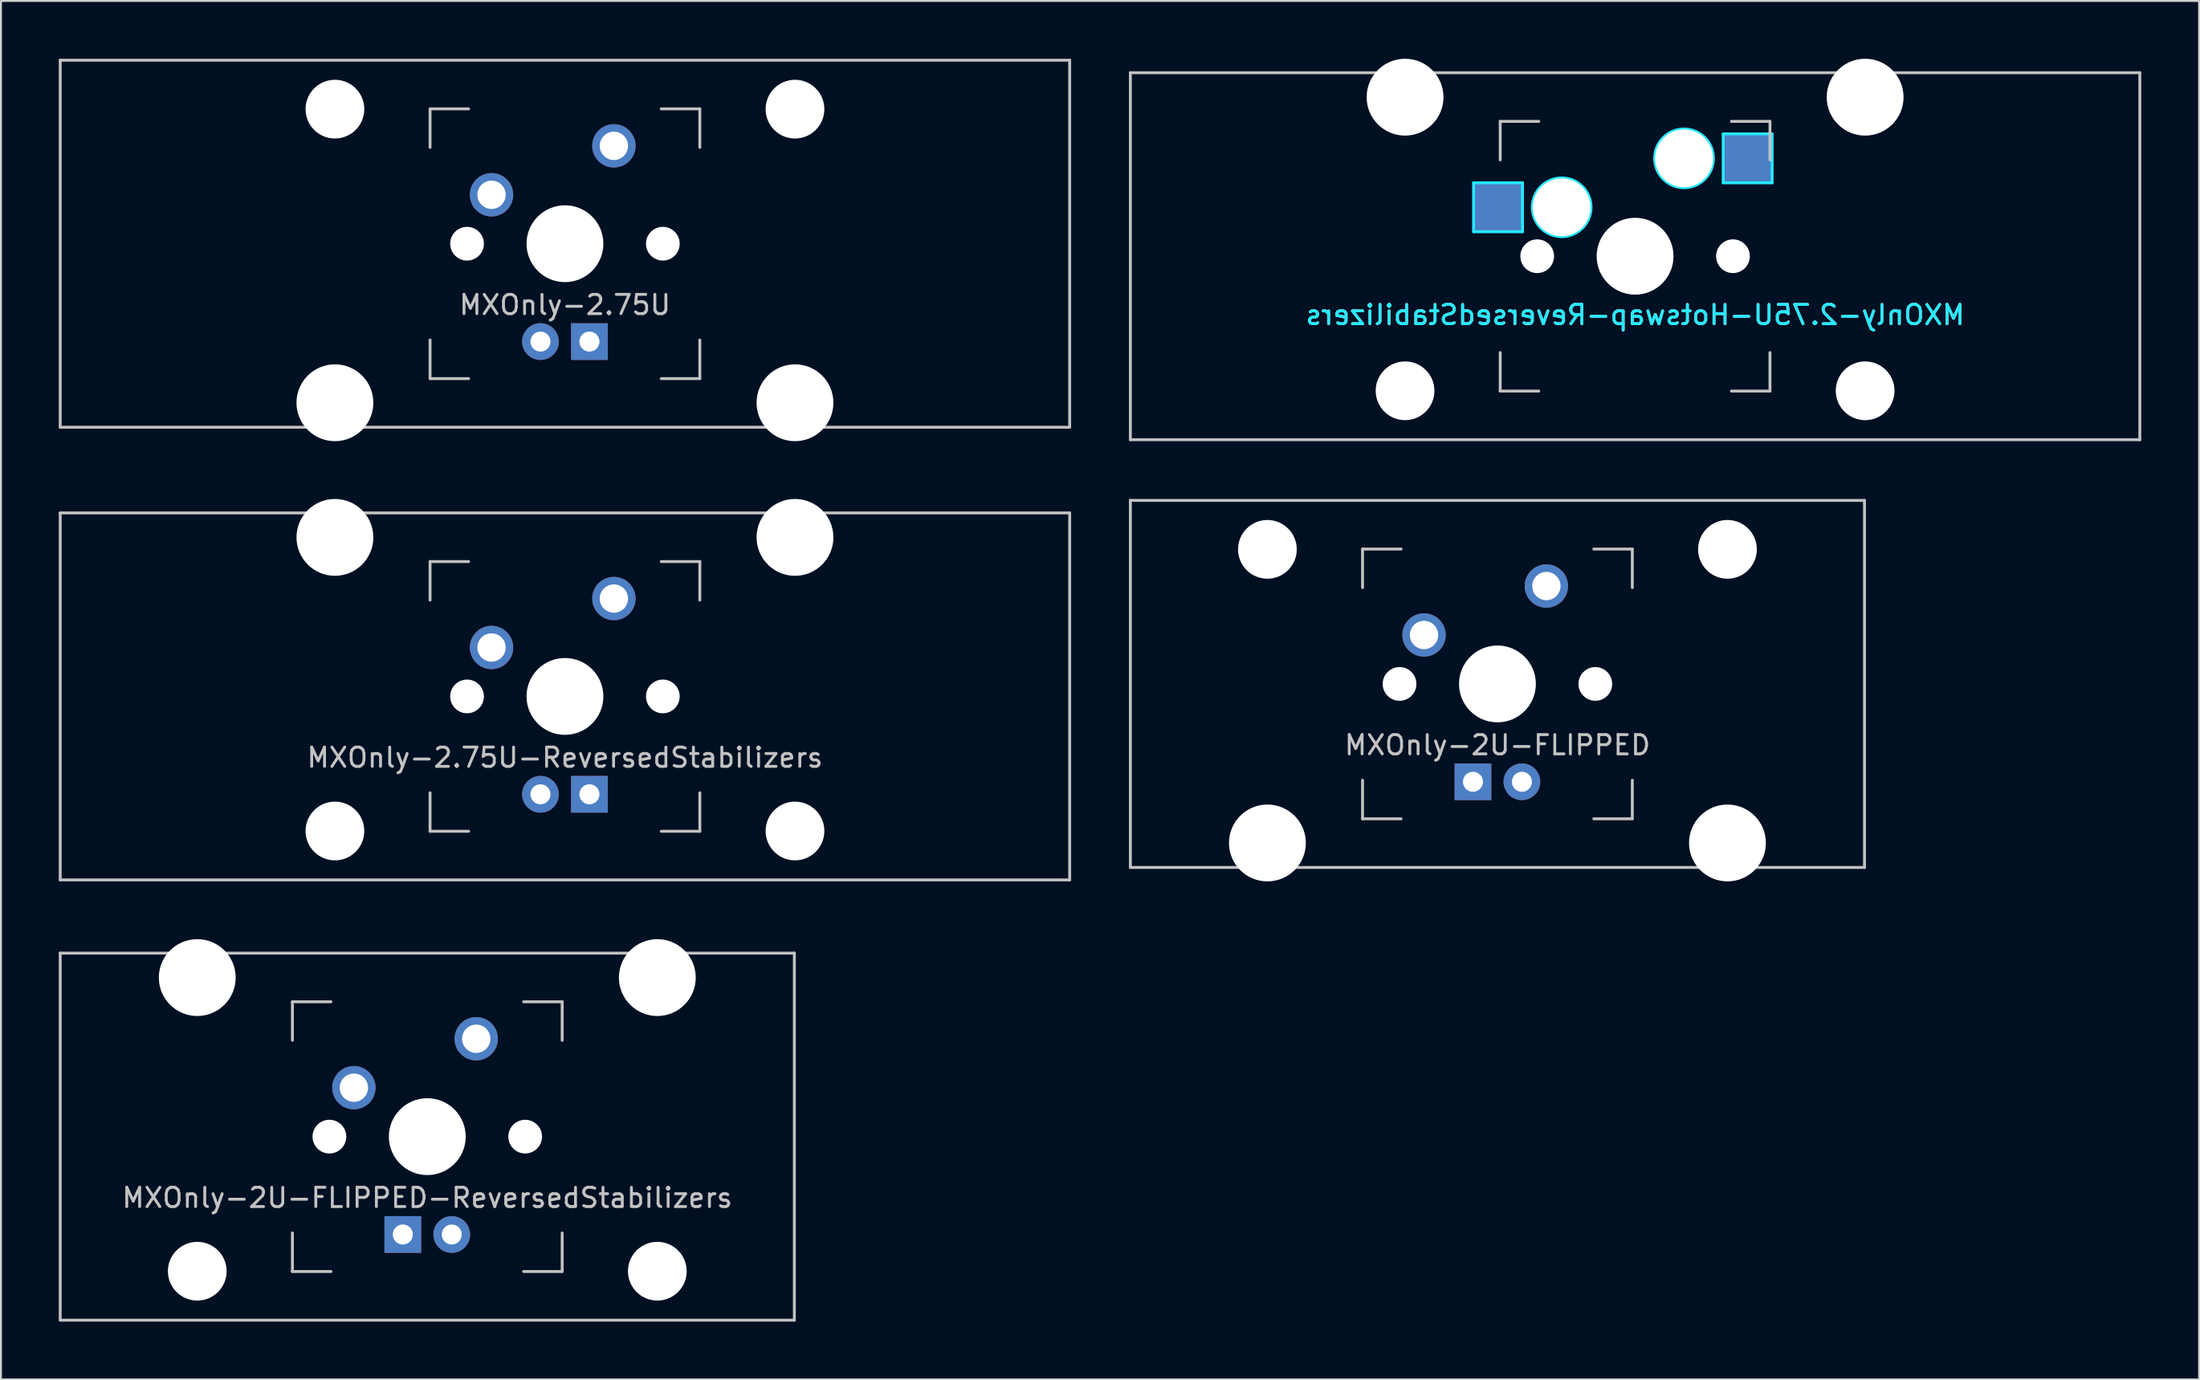
<source format=kicad_pcb>
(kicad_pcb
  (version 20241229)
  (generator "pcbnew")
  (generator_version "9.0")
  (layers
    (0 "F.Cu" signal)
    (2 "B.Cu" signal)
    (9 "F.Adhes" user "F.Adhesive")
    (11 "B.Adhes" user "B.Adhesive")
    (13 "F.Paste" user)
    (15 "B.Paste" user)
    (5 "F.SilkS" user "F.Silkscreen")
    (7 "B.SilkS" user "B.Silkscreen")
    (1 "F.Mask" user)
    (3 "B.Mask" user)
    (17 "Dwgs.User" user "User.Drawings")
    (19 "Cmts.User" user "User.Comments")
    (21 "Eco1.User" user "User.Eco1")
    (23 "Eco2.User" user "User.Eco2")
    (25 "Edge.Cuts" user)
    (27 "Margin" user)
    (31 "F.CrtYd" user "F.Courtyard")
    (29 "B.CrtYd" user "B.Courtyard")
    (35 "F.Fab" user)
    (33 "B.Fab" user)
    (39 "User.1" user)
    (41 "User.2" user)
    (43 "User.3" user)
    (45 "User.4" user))
  (footprint "MXOnly-2U-FLIPPED"
    (layer "F.Cu")
    (at 74.662 32.449)
    (property "Reference" "MXOnly-2U-FLIPPED" (at 0 3.175 0) (layer "Dwgs.User") (effects (font (size 1 1) (thickness 0.15))))
    (attr through_hole)
    (fp_line (start -19.05 -9.525) (end 19.05 -9.525) (stroke (width 0.15) (type solid)) (layer "Dwgs.User"))
    (fp_line (start -19.05 9.525) (end -19.05 -9.525) (stroke (width 0.15) (type solid)) (layer "Dwgs.User"))
    (fp_line (start -19.05 9.525) (end 19.05 9.525) (stroke (width 0.15) (type solid)) (layer "Dwgs.User"))
    (fp_line (start -7 -7) (end -7 -5) (stroke (width 0.15) (type solid)) (layer "Dwgs.User"))
    (fp_line (start -7 5) (end -7 7) (stroke (width 0.15) (type solid)) (layer "Dwgs.User"))
    (fp_line (start -7 7) (end -5 7) (stroke (width 0.15) (type solid)) (layer "Dwgs.User"))
    (fp_line (start -5 -7) (end -7 -7) (stroke (width 0.15) (type solid)) (layer "Dwgs.User"))
    (fp_line (start 5 -7) (end 7 -7) (stroke (width 0.15) (type solid)) (layer "Dwgs.User"))
    (fp_line (start 5 7) (end 7 7) (stroke (width 0.15) (type solid)) (layer "Dwgs.User"))
    (fp_line (start 7 -7) (end 7 -5) (stroke (width 0.15) (type solid)) (layer "Dwgs.User"))
    (fp_line (start 7 7) (end 7 5) (stroke (width 0.15) (type solid)) (layer "Dwgs.User"))
    (fp_line (start 19.05 -9.525) (end 19.05 9.525) (stroke (width 0.15) (type solid)) (layer "Dwgs.User"))
    (pad "" np_thru_hole circle (at -11.938 -6.985) (size 3.048 3.048) (drill 3.048) (layers "*.Cu" "*.Mask"))
    (pad "" np_thru_hole circle (at -11.938 8.255) (size 3.988 3.988) (drill 3.988) (layers "*.Cu" "*.Mask"))
    (pad "" np_thru_hole circle (at -5.08 0 48.1) (size 1.75 1.75) (drill 1.75) (layers "*.Cu" "*.Mask"))
    (pad "" np_thru_hole circle (at 0 0) (size 3.988 3.988) (drill 3.988) (layers "*.Cu" "*.Mask"))
    (pad "" np_thru_hole circle (at 5.08 0 48.1) (size 1.75 1.75) (drill 1.75) (layers "*.Cu" "*.Mask"))
    (pad "" np_thru_hole circle (at 11.938 -6.985) (size 3.048 3.048) (drill 3.048) (layers "*.Cu" "*.Mask"))
    (pad "" np_thru_hole circle (at 11.938 8.255) (size 3.988 3.988) (drill 3.988) (layers "*.Cu" "*.Mask"))
    (pad "1" thru_hole circle (at -3.81 -2.54) (size 2.25 2.25) (drill 1.47) (layers "*.Cu" "B.Mask"))
    (pad "2" thru_hole circle (at 2.54 -5.08) (size 2.25 2.25) (drill 1.47) (layers "*.Cu" "B.Mask"))
    (pad "3" thru_hole circle (at 1.27 5.08) (size 1.905 1.905) (drill 1.04) (layers "*.Cu" "B.Mask"))
    (pad "4" thru_hole rect (at -1.27 5.08) (size 1.905 1.905) (drill 1.04) (layers "*.Cu" "B.Mask")))
  (footprint "MXOnly-2.75U"
    (layer "F.Cu")
    (at 26.269 9.6)
    (property "Reference" "MXOnly-2.75U" (at 0 3.175 0) (layer "Dwgs.User") (effects (font (size 1 1) (thickness 0.15))))
    (attr through_hole)
    (fp_line (start -26.194 -9.525) (end 26.194 -9.525) (stroke (width 0.15) (type solid)) (layer "Dwgs.User"))
    (fp_line (start -26.194 9.525) (end -26.194 -9.525) (stroke (width 0.15) (type solid)) (layer "Dwgs.User"))
    (fp_line (start -26.194 9.525) (end 26.194 9.525) (stroke (width 0.15) (type solid)) (layer "Dwgs.User"))
    (fp_line (start -7 -7) (end -7 -5) (stroke (width 0.15) (type solid)) (layer "Dwgs.User"))
    (fp_line (start -7 5) (end -7 7) (stroke (width 0.15) (type solid)) (layer "Dwgs.User"))
    (fp_line (start -7 7) (end -5 7) (stroke (width 0.15) (type solid)) (layer "Dwgs.User"))
    (fp_line (start -5 -7) (end -7 -7) (stroke (width 0.15) (type solid)) (layer "Dwgs.User"))
    (fp_line (start 5 -7) (end 7 -7) (stroke (width 0.15) (type solid)) (layer "Dwgs.User"))
    (fp_line (start 5 7) (end 7 7) (stroke (width 0.15) (type solid)) (layer "Dwgs.User"))
    (fp_line (start 7 -7) (end 7 -5) (stroke (width 0.15) (type solid)) (layer "Dwgs.User"))
    (fp_line (start 7 7) (end 7 5) (stroke (width 0.15) (type solid)) (layer "Dwgs.User"))
    (fp_line (start 26.194 -9.525) (end 26.194 9.525) (stroke (width 0.15) (type solid)) (layer "Dwgs.User"))
    (pad "" np_thru_hole circle (at -11.938 -6.985) (size 3.048 3.048) (drill 3.048) (layers "*.Cu" "*.Mask"))
    (pad "" np_thru_hole circle (at -11.938 8.255) (size 3.988 3.988) (drill 3.988) (layers "*.Cu" "*.Mask"))
    (pad "" np_thru_hole circle (at -5.08 0 48.1) (size 1.75 1.75) (drill 1.75) (layers "*.Cu" "*.Mask"))
    (pad "" np_thru_hole circle (at 0 0) (size 3.988 3.988) (drill 3.988) (layers "*.Cu" "*.Mask"))
    (pad "" np_thru_hole circle (at 5.08 0 48.1) (size 1.75 1.75) (drill 1.75) (layers "*.Cu" "*.Mask"))
    (pad "" np_thru_hole circle (at 11.938 -6.985) (size 3.048 3.048) (drill 3.048) (layers "*.Cu" "*.Mask"))
    (pad "" np_thru_hole circle (at 11.938 8.255) (size 3.988 3.988) (drill 3.988) (layers "*.Cu" "*.Mask"))
    (pad "1" thru_hole circle (at -3.81 -2.54) (size 2.25 2.25) (drill 1.47) (layers "*.Cu" "B.Mask"))
    (pad "2" thru_hole circle (at 2.54 -5.08) (size 2.25 2.25) (drill 1.47) (layers "*.Cu" "B.Mask"))
    (pad "3" thru_hole circle (at -1.27 5.08) (size 1.905 1.905) (drill 1.04) (layers "*.Cu" "B.Mask"))
    (pad "4" thru_hole rect (at 1.27 5.08) (size 1.905 1.905) (drill 1.04) (layers "*.Cu" "B.Mask")))
  (footprint "MXOnly-2.75U-ReversedStabilizers"
    (layer "F.Cu")
    (at 26.269 33.098)
    (property "Reference" "MXOnly-2.75U-ReversedStabilizers" (at 0 3.175 0) (layer "Dwgs.User") (effects (font (size 1 1) (thickness 0.15))))
    (attr through_hole)
    (fp_line (start -26.194 -9.525) (end 26.194 -9.525) (stroke (width 0.15) (type solid)) (layer "Dwgs.User"))
    (fp_line (start -26.194 9.525) (end -26.194 -9.525) (stroke (width 0.15) (type solid)) (layer "Dwgs.User"))
    (fp_line (start -26.194 9.525) (end 26.194 9.525) (stroke (width 0.15) (type solid)) (layer "Dwgs.User"))
    (fp_line (start -7 -7) (end -7 -5) (stroke (width 0.15) (type solid)) (layer "Dwgs.User"))
    (fp_line (start -7 5) (end -7 7) (stroke (width 0.15) (type solid)) (layer "Dwgs.User"))
    (fp_line (start -7 7) (end -5 7) (stroke (width 0.15) (type solid)) (layer "Dwgs.User"))
    (fp_line (start -5 -7) (end -7 -7) (stroke (width 0.15) (type solid)) (layer "Dwgs.User"))
    (fp_line (start 5 -7) (end 7 -7) (stroke (width 0.15) (type solid)) (layer "Dwgs.User"))
    (fp_line (start 5 7) (end 7 7) (stroke (width 0.15) (type solid)) (layer "Dwgs.User"))
    (fp_line (start 7 -7) (end 7 -5) (stroke (width 0.15) (type solid)) (layer "Dwgs.User"))
    (fp_line (start 7 7) (end 7 5) (stroke (width 0.15) (type solid)) (layer "Dwgs.User"))
    (fp_line (start 26.194 -9.525) (end 26.194 9.525) (stroke (width 0.15) (type solid)) (layer "Dwgs.User"))
    (pad "" np_thru_hole circle (at -11.938 -8.255) (size 3.988 3.988) (drill 3.988) (layers "*.Cu" "*.Mask"))
    (pad "" np_thru_hole circle (at -11.938 6.985) (size 3.048 3.048) (drill 3.048) (layers "*.Cu" "*.Mask"))
    (pad "" np_thru_hole circle (at -5.08 0 48.1) (size 1.75 1.75) (drill 1.75) (layers "*.Cu" "*.Mask"))
    (pad "" np_thru_hole circle (at 0 0) (size 3.988 3.988) (drill 3.988) (layers "*.Cu" "*.Mask"))
    (pad "" np_thru_hole circle (at 5.08 0 48.1) (size 1.75 1.75) (drill 1.75) (layers "*.Cu" "*.Mask"))
    (pad "" np_thru_hole circle (at 11.938 -8.255) (size 3.988 3.988) (drill 3.988) (layers "*.Cu" "*.Mask"))
    (pad "" np_thru_hole circle (at 11.938 6.985) (size 3.048 3.048) (drill 3.048) (layers "*.Cu" "*.Mask"))
    (pad "1" thru_hole circle (at -3.81 -2.54) (size 2.25 2.25) (drill 1.47) (layers "*.Cu" "B.Mask"))
    (pad "2" thru_hole circle (at 2.54 -5.08) (size 2.25 2.25) (drill 1.47) (layers "*.Cu" "B.Mask"))
    (pad "3" thru_hole circle (at -1.27 5.08) (size 1.905 1.905) (drill 1.04) (layers "*.Cu" "B.Mask"))
    (pad "4" thru_hole rect (at 1.27 5.08) (size 1.905 1.905) (drill 1.04) (layers "*.Cu" "B.Mask")))
  (footprint "MXOnly-2U-FLIPPED-ReversedStabilizers"
    (layer "F.Cu")
    (at 19.125 55.947)
    (property "Reference" "MXOnly-2U-FLIPPED-ReversedStabilizers" (at 0 3.175 0) (layer "Dwgs.User") (effects (font (size 1 1) (thickness 0.15))))
    (attr through_hole)
    (fp_line (start -19.05 -9.525) (end 19.05 -9.525) (stroke (width 0.15) (type solid)) (layer "Dwgs.User"))
    (fp_line (start -19.05 9.525) (end -19.05 -9.525) (stroke (width 0.15) (type solid)) (layer "Dwgs.User"))
    (fp_line (start -19.05 9.525) (end 19.05 9.525) (stroke (width 0.15) (type solid)) (layer "Dwgs.User"))
    (fp_line (start -7 -7) (end -7 -5) (stroke (width 0.15) (type solid)) (layer "Dwgs.User"))
    (fp_line (start -7 5) (end -7 7) (stroke (width 0.15) (type solid)) (layer "Dwgs.User"))
    (fp_line (start -7 7) (end -5 7) (stroke (width 0.15) (type solid)) (layer "Dwgs.User"))
    (fp_line (start -5 -7) (end -7 -7) (stroke (width 0.15) (type solid)) (layer "Dwgs.User"))
    (fp_line (start 5 -7) (end 7 -7) (stroke (width 0.15) (type solid)) (layer "Dwgs.User"))
    (fp_line (start 5 7) (end 7 7) (stroke (width 0.15) (type solid)) (layer "Dwgs.User"))
    (fp_line (start 7 -7) (end 7 -5) (stroke (width 0.15) (type solid)) (layer "Dwgs.User"))
    (fp_line (start 7 7) (end 7 5) (stroke (width 0.15) (type solid)) (layer "Dwgs.User"))
    (fp_line (start 19.05 -9.525) (end 19.05 9.525) (stroke (width 0.15) (type solid)) (layer "Dwgs.User"))
    (pad "" np_thru_hole circle (at -11.938 -8.255) (size 3.988 3.988) (drill 3.988) (layers "*.Cu" "*.Mask"))
    (pad "" np_thru_hole circle (at -11.938 6.985) (size 3.048 3.048) (drill 3.048) (layers "*.Cu" "*.Mask"))
    (pad "" np_thru_hole circle (at -5.08 0 48.1) (size 1.75 1.75) (drill 1.75) (layers "*.Cu" "*.Mask"))
    (pad "" np_thru_hole circle (at 0 0) (size 3.988 3.988) (drill 3.988) (layers "*.Cu" "*.Mask"))
    (pad "" np_thru_hole circle (at 5.08 0 48.1) (size 1.75 1.75) (drill 1.75) (layers "*.Cu" "*.Mask"))
    (pad "" np_thru_hole circle (at 11.938 -8.255) (size 3.988 3.988) (drill 3.988) (layers "*.Cu" "*.Mask"))
    (pad "" np_thru_hole circle (at 11.938 6.985) (size 3.048 3.048) (drill 3.048) (layers "*.Cu" "*.Mask"))
    (pad "1" thru_hole circle (at -3.81 -2.54) (size 2.25 2.25) (drill 1.47) (layers "*.Cu" "B.Mask"))
    (pad "2" thru_hole circle (at 2.54 -5.08) (size 2.25 2.25) (drill 1.47) (layers "*.Cu" "B.Mask"))
    (pad "3" thru_hole circle (at 1.27 5.08) (size 1.905 1.905) (drill 1.04) (layers "*.Cu" "B.Mask"))
    (pad "4" thru_hole rect (at -1.27 5.08) (size 1.905 1.905) (drill 1.04) (layers "*.Cu" "B.Mask")))
  (footprint "MXOnly-2.75U-Hotswap-ReversedStabilizers"
    (layer "F.Cu")
    (at 81.806 10.249)
    (property "Reference" "MXOnly-2.75U-Hotswap-ReversedStabilizers" (at 0 3.048 0) (layer "B.CrtYd") (effects (font (size 1 1) (thickness 0.15)) (justify mirror)))
    (attr smd)
    (fp_line (start -26.194 -9.525) (end 26.194 -9.525) (stroke (width 0.15) (type solid)) (layer "Dwgs.User"))
    (fp_line (start -26.194 9.525) (end -26.194 -9.525) (stroke (width 0.15) (type solid)) (layer "Dwgs.User"))
    (fp_line (start -7 -7) (end -7 -5) (stroke (width 0.15) (type solid)) (layer "Dwgs.User"))
    (fp_line (start -7 5) (end -7 7) (stroke (width 0.15) (type solid)) (layer "Dwgs.User"))
    (fp_line (start -7 7) (end -5 7) (stroke (width 0.15) (type solid)) (layer "Dwgs.User"))
    (fp_line (start -5 -7) (end -7 -7) (stroke (width 0.15) (type solid)) (layer "Dwgs.User"))
    (fp_line (start 5 -7) (end 7 -7) (stroke (width 0.15) (type solid)) (layer "Dwgs.User"))
    (fp_line (start 5 7) (end 7 7) (stroke (width 0.15) (type solid)) (layer "Dwgs.User"))
    (fp_line (start 7 -7) (end 7 -5) (stroke (width 0.15) (type solid)) (layer "Dwgs.User"))
    (fp_line (start 7 7) (end 7 5) (stroke (width 0.15) (type solid)) (layer "Dwgs.User"))
    (fp_line (start 26.194 -9.525) (end 26.194 9.525) (stroke (width 0.15) (type solid)) (layer "Dwgs.User"))
    (fp_line (start 26.194 9.525) (end -26.194 9.525) (stroke (width 0.15) (type solid)) (layer "Dwgs.User"))
    (fp_line (start -8.382 -3.81) (end -5.842 -3.81) (stroke (width 0.15) (type solid)) (layer "B.CrtYd"))
    (fp_line (start -8.382 -1.27) (end -8.382 -3.81) (stroke (width 0.15) (type solid)) (layer "B.CrtYd"))
    (fp_line (start -5.842 -3.81) (end -5.842 -1.27) (stroke (width 0.15) (type solid)) (layer "B.CrtYd"))
    (fp_line (start -5.842 -1.27) (end -8.382 -1.27) (stroke (width 0.15) (type solid)) (layer "B.CrtYd"))
    (fp_line (start 4.572 -6.35) (end 7.112 -6.35) (stroke (width 0.15) (type solid)) (layer "B.CrtYd"))
    (fp_line (start 4.572 -3.81) (end 4.572 -6.35) (stroke (width 0.15) (type solid)) (layer "B.CrtYd"))
    (fp_line (start 7.112 -6.35) (end 7.112 -3.81) (stroke (width 0.15) (type solid)) (layer "B.CrtYd"))
    (fp_line (start 7.112 -3.81) (end 4.572 -3.81) (stroke (width 0.15) (type solid)) (layer "B.CrtYd"))
    (fp_circle (center -3.81 -2.54) (end -3.81 -4.064) (stroke (width 0.15) (type solid)) (fill no) (layer "B.CrtYd"))
    (fp_circle (center 2.54 -5.08) (end 2.54 -6.604) (stroke (width 0.15) (type solid)) (fill no) (layer "B.CrtYd"))
    (fp_text user "${REFERENCE}" (at 0 3.048 0) (layer "B.SilkS") (effects (font (size 1 1) (thickness 0.15)) (justify mirror)))
    (pad "" np_thru_hole circle (at -11.938 -8.255) (size 3.988 3.988) (drill 3.988) (layers "*.Cu" "*.Mask"))
    (pad "" np_thru_hole circle (at -11.938 6.985) (size 3.048 3.048) (drill 3.048) (layers "*.Cu" "*.Mask"))
    (pad "" np_thru_hole circle (at -5.08 0 48.1) (size 1.75 1.75) (drill 1.75) (layers "*.Cu" "*.Mask"))
    (pad "" np_thru_hole circle (at -3.81 -2.54) (size 3 3) (drill 3) (layers "*.Cu" "*.Mask"))
    (pad "" np_thru_hole circle (at 0 0) (size 3.988 3.988) (drill 3.988) (layers "*.Cu" "*.Mask"))
    (pad "" np_thru_hole circle (at 2.54 -5.08) (size 3 3) (drill 3) (layers "*.Cu" "*.Mask"))
    (pad "" np_thru_hole circle (at 5.08 0 48.1) (size 1.75 1.75) (drill 1.75) (layers "*.Cu" "*.Mask"))
    (pad "" np_thru_hole circle (at 11.938 -8.255) (size 3.988 3.988) (drill 3.988) (layers "*.Cu" "*.Mask"))
    (pad "" np_thru_hole circle (at 11.938 6.985) (size 3.048 3.048) (drill 3.048) (layers "*.Cu" "*.Mask"))
    (pad "1" smd rect (at -7.085 -2.54) (size 2.55 2.5) (layers "B.Cu" "B.Mask" "B.Paste"))
    (pad "2" smd rect (at 5.842 -5.08) (size 2.55 2.5) (layers "B.Cu" "B.Mask" "B.Paste")))
  (gr_rect
    (start -3 -3)
    (end 111.075 68.547)
    (stroke (width 0.1) (type default))
    (fill no)
    (layer "Edge.Cuts")))
</source>
